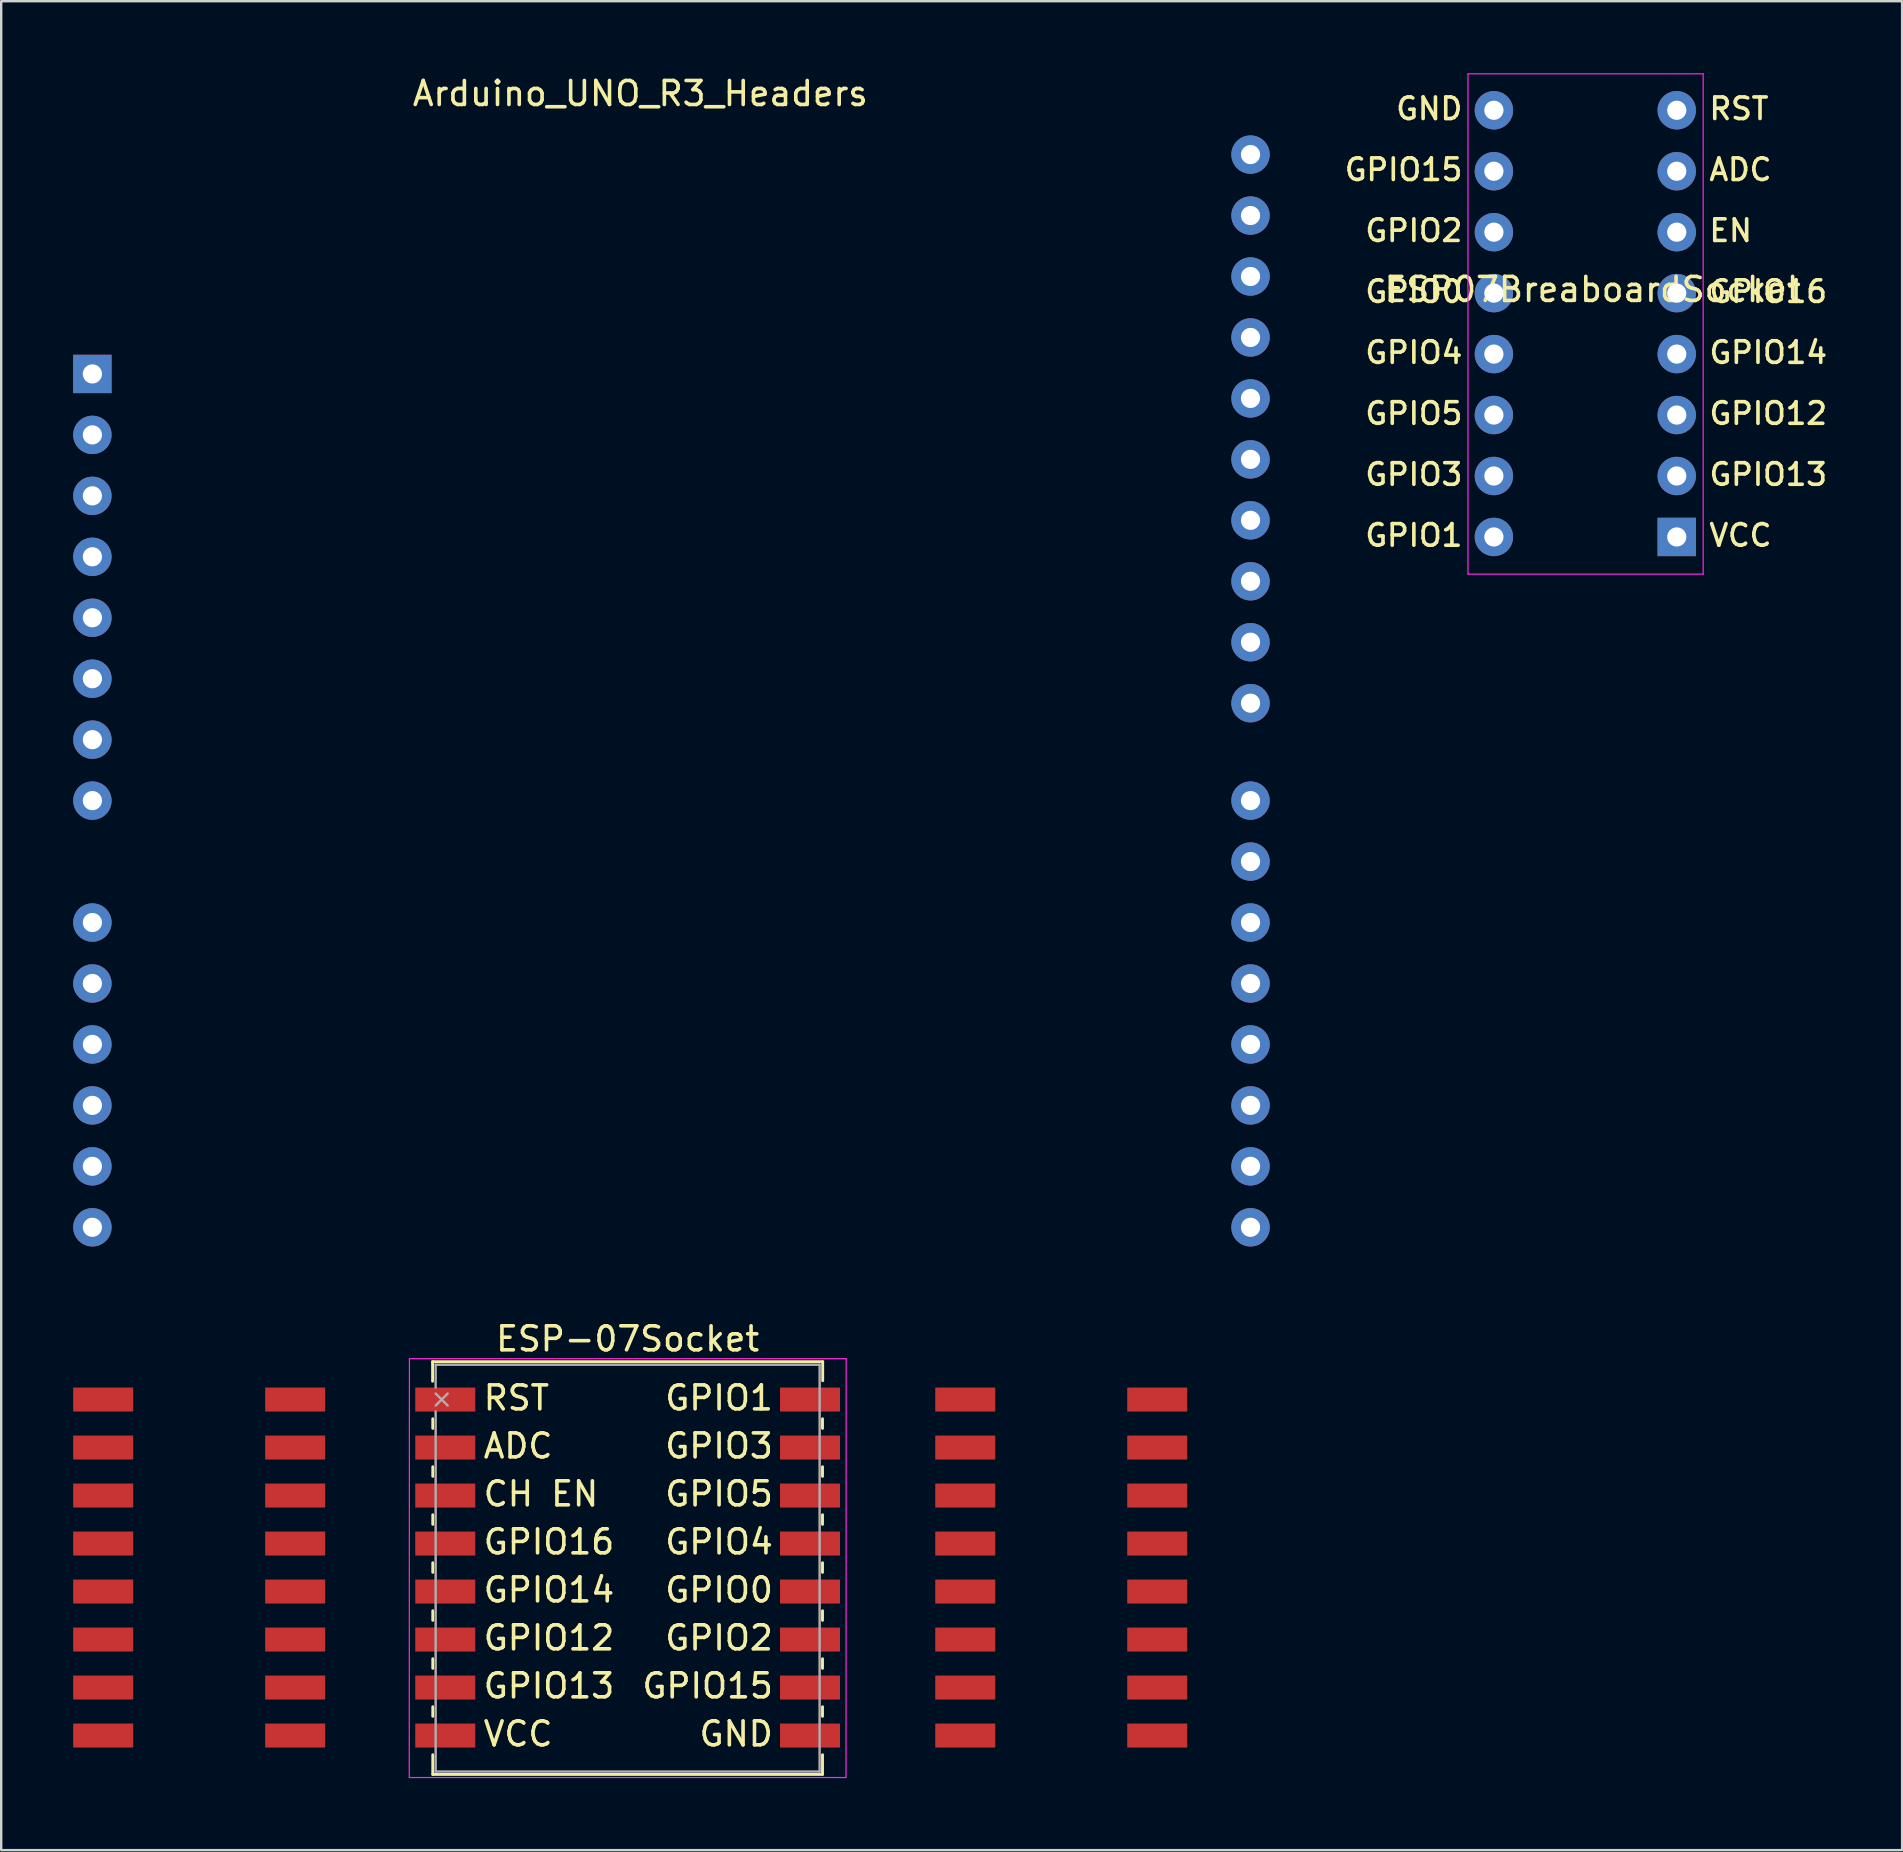
<source format=kicad_pcb>
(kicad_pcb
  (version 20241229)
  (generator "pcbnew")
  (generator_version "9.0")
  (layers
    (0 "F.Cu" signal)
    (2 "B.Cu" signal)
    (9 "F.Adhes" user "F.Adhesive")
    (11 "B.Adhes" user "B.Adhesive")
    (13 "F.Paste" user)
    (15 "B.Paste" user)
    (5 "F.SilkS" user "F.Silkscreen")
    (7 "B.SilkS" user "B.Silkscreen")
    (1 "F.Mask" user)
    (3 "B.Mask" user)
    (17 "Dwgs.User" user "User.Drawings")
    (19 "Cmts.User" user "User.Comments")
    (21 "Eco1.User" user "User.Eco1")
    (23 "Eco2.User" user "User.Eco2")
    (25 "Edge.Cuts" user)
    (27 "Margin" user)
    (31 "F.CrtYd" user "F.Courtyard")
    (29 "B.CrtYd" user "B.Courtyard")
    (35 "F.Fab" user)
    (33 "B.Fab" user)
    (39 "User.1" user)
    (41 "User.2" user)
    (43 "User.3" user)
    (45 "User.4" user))
  (footprint "ESP-07Socket"
    (layer "F.Cu")
    (at 23.104 60.17)
    (property "Reference" "ESP-07Socket" (at 0 -7.429 0) (layer "F.SilkS") (effects (font (size 1 1) (thickness 0.15))))
    (attr smd)
    (fp_line (start -8.128 -5.664) (end -8.128 -6.477) (stroke (width 0.12) (type solid)) (layer "F.SilkS"))
    (fp_line (start -8.12 -3.7) (end -8.12 -4.1) (stroke (width 0.12) (type solid)) (layer "F.SilkS"))
    (fp_line (start -8.12 -1.7) (end -8.12 -2.1) (stroke (width 0.12) (type solid)) (layer "F.SilkS"))
    (fp_line (start -8.12 0.3) (end -8.12 -0.1) (stroke (width 0.12) (type solid)) (layer "F.SilkS"))
    (fp_line (start -8.12 2.3) (end -8.12 1.9) (stroke (width 0.12) (type solid)) (layer "F.SilkS"))
    (fp_line (start -8.12 4.3) (end -8.12 3.9) (stroke (width 0.12) (type solid)) (layer "F.SilkS"))
    (fp_line (start -8.12 6.3) (end -8.12 5.9) (stroke (width 0.12) (type solid)) (layer "F.SilkS"))
    (fp_line (start -8.12 8.3) (end -8.12 7.9) (stroke (width 0.12) (type solid)) (layer "F.SilkS"))
    (fp_line (start -8.12 10.72) (end -8.12 9.9) (stroke (width 0.12) (type solid)) (layer "F.SilkS"))
    (fp_line (start 8.12 -3.7) (end 8.12 -4.1) (stroke (width 0.12) (type solid)) (layer "F.SilkS"))
    (fp_line (start 8.12 -1.7) (end 8.12 -2.1) (stroke (width 0.12) (type solid)) (layer "F.SilkS"))
    (fp_line (start 8.12 0.3) (end 8.12 -0.1) (stroke (width 0.12) (type solid)) (layer "F.SilkS"))
    (fp_line (start 8.12 2.3) (end 8.12 1.9) (stroke (width 0.12) (type solid)) (layer "F.SilkS"))
    (fp_line (start 8.12 4.3) (end 8.12 3.9) (stroke (width 0.12) (type solid)) (layer "F.SilkS"))
    (fp_line (start 8.12 6.3) (end 8.12 5.9) (stroke (width 0.12) (type solid)) (layer "F.SilkS"))
    (fp_line (start 8.12 8.3) (end 8.12 7.9) (stroke (width 0.12) (type solid)) (layer "F.SilkS"))
    (fp_line (start 8.12 9.9) (end 8.12 10.72) (stroke (width 0.12) (type solid)) (layer "F.SilkS"))
    (fp_line (start 8.12 10.72) (end -8.12 10.72) (stroke (width 0.12) (type solid)) (layer "F.SilkS"))
    (fp_line (start 8.128 -6.477) (end -8.128 -6.477) (stroke (width 0.12) (type solid)) (layer "F.SilkS"))
    (fp_line (start 8.128 -5.686) (end 8.128 -6.477) (stroke (width 0.12) (type solid)) (layer "F.SilkS"))
    (fp_line (start -9.1 10.85) (end -9.093 -6.604) (stroke (width 0.05) (type solid)) (layer "F.CrtYd"))
    (fp_line (start -9.093 -6.604) (end 9.107 -6.604) (stroke (width 0.05) (type solid)) (layer "F.CrtYd"))
    (fp_line (start 9.1 10.85) (end -9.1 10.85) (stroke (width 0.05) (type solid)) (layer "F.CrtYd"))
    (fp_line (start 9.107 -6.604) (end 9.1 10.85) (stroke (width 0.05) (type solid)) (layer "F.CrtYd"))
    (fp_line (start -8.001 -6.35) (end 7.999 -6.35) (stroke (width 0.1) (type solid)) (layer "F.Fab"))
    (fp_line (start -8 -5.4) (end -8.001 -6.35) (stroke (width 0.1) (type solid)) (layer "F.Fab"))
    (fp_line (start -8 -4.65) (end -7.5 -5.15) (stroke (width 0.1) (type solid)) (layer "F.Fab"))
    (fp_line (start -8 10.6) (end -8 -4.4) (stroke (width 0.1) (type solid)) (layer "F.Fab"))
    (fp_line (start -7.5 -4.65) (end -8 -5.15) (stroke (width 0.1) (type solid)) (layer "F.Fab"))
    (fp_line (start 8 10.6) (end -8 10.6) (stroke (width 0.1) (type solid)) (layer "F.Fab"))
    (fp_line (start 8.001 -6.35) (end 8 10.6) (stroke (width 0.1) (type solid)) (layer "F.Fab"))
    (fp_text user "GPIO1" (at 3.81 -4.968 0) (layer "F.SilkS") (effects (font (size 1 1) (thickness 0.15))))
    (fp_text user "GPIO0" (at 3.81 3.033 0) (layer "F.SilkS") (effects (font (size 1 1) (thickness 0.15))))
    (fp_text user "GPIO16" (at -3.278 1.032 0) (layer "F.SilkS") (effects (font (size 1 1) (thickness 0.15))))
    (fp_text user "CH EN" (at -3.612 -0.968 0) (layer "F.SilkS") (effects (font (size 1 1) (thickness 0.15))))
    (fp_text user "RST" (at -4.636 -4.968 0) (layer "F.SilkS") (effects (font (size 1 1) (thickness 0.15))))
    (fp_text user "GPIO5" (at 3.81 -0.968 0) (layer "F.SilkS") (effects (font (size 1 1) (thickness 0.15))))
    (fp_text user "GPIO4" (at 3.81 1.032 0) (layer "F.SilkS") (effects (font (size 1 1) (thickness 0.15))))
    (fp_text user "GPIO2" (at 3.81 5.032 0) (layer "F.SilkS") (effects (font (size 1 1) (thickness 0.15))))
    (fp_text user "GND" (at 4.524 9.033 0) (layer "F.SilkS") (effects (font (size 1 1) (thickness 0.15))))
    (fp_text user "VCC" (at -4.564 9.033 0) (layer "F.SilkS") (effects (font (size 1 1) (thickness 0.15))))
    (fp_text user "GPIO13" (at -3.278 7.032 0) (layer "F.SilkS") (effects (font (size 1 1) (thickness 0.15))))
    (fp_text user "GPIO14" (at -3.278 3.033 0) (layer "F.SilkS") (effects (font (size 1 1) (thickness 0.15))))
    (fp_text user "GPIO12" (at -3.278 5.032 0) (layer "F.SilkS") (effects (font (size 1 1) (thickness 0.15))))
    (fp_text user "ADC" (at -4.564 -2.967 0) (layer "F.SilkS") (effects (font (size 1 1) (thickness 0.15))))
    (fp_text user "GPIO15" (at 3.334 7.032 0) (layer "F.SilkS") (effects (font (size 1 1) (thickness 0.15))))
    (fp_text user "GPIO3" (at 3.81 -2.967 0) (layer "F.SilkS") (effects (font (size 1 1) (thickness 0.15))))
    (pad "1" smd rect (at -21.854 -4.9) (size 2.5 1) (layers "F.Cu" "F.Mask" "F.Paste"))
    (pad "1" smd rect (at -13.854 -4.9) (size 2.5 1) (layers "F.Cu" "F.Mask" "F.Paste"))
    (pad "1" smd rect (at -7.6 -4.9) (size 2.5 1) (layers "F.Cu" "F.Mask" "F.Paste"))
    (pad "2" smd rect (at -21.854 -2.9) (size 2.5 1) (layers "F.Cu" "F.Mask" "F.Paste"))
    (pad "2" smd rect (at -13.854 -2.9) (size 2.5 1) (layers "F.Cu" "F.Mask" "F.Paste"))
    (pad "2" smd rect (at -7.6 -2.9) (size 2.5 1) (layers "F.Cu" "F.Mask" "F.Paste"))
    (pad "3" smd rect (at -21.854 -0.9) (size 2.5 1) (layers "F.Cu" "F.Mask" "F.Paste"))
    (pad "3" smd rect (at -13.854 -0.9) (size 2.5 1) (layers "F.Cu" "F.Mask" "F.Paste"))
    (pad "3" smd rect (at -7.6 -0.9) (size 2.5 1) (layers "F.Cu" "F.Mask" "F.Paste"))
    (pad "4" smd rect (at -21.854 1.1) (size 2.5 1) (layers "F.Cu" "F.Mask" "F.Paste"))
    (pad "4" smd rect (at -13.854 1.1) (size 2.5 1) (layers "F.Cu" "F.Mask" "F.Paste"))
    (pad "4" smd rect (at -7.6 1.1) (size 2.5 1) (layers "F.Cu" "F.Mask" "F.Paste"))
    (pad "5" smd rect (at -21.854 3.1) (size 2.5 1) (layers "F.Cu" "F.Mask" "F.Paste"))
    (pad "5" smd rect (at -13.854 3.1) (size 2.5 1) (layers "F.Cu" "F.Mask" "F.Paste"))
    (pad "5" smd rect (at -7.6 3.1) (size 2.5 1) (layers "F.Cu" "F.Mask" "F.Paste"))
    (pad "6" smd rect (at -21.854 5.1) (size 2.5 1) (layers "F.Cu" "F.Mask" "F.Paste"))
    (pad "6" smd rect (at -13.854 5.1) (size 2.5 1) (layers "F.Cu" "F.Mask" "F.Paste"))
    (pad "6" smd rect (at -7.6 5.1) (size 2.5 1) (layers "F.Cu" "F.Mask" "F.Paste"))
    (pad "7" smd rect (at -21.854 7.1) (size 2.5 1) (layers "F.Cu" "F.Mask" "F.Paste"))
    (pad "7" smd rect (at -13.854 7.1) (size 2.5 1) (layers "F.Cu" "F.Mask" "F.Paste"))
    (pad "7" smd rect (at -7.6 7.1) (size 2.5 1) (layers "F.Cu" "F.Mask" "F.Paste"))
    (pad "8" smd rect (at -21.854 9.1) (size 2.5 1) (layers "F.Cu" "F.Mask" "F.Paste"))
    (pad "8" smd rect (at -13.854 9.1) (size 2.5 1) (layers "F.Cu" "F.Mask" "F.Paste"))
    (pad "8" smd rect (at -7.6 9.1) (size 2.5 1) (layers "F.Cu" "F.Mask" "F.Paste"))
    (pad "9" smd rect (at 7.6 9.1) (size 2.5 1) (layers "F.Cu" "F.Mask" "F.Paste"))
    (pad "9" smd rect (at 14.068 9.1) (size 2.5 1) (layers "F.Cu" "F.Mask" "F.Paste"))
    (pad "9" smd rect (at 22.068 9.1) (size 2.5 1) (layers "F.Cu" "F.Mask" "F.Paste"))
    (pad "10" smd rect (at 7.6 7.1) (size 2.5 1) (layers "F.Cu" "F.Mask" "F.Paste"))
    (pad "10" smd rect (at 14.068 7.1) (size 2.5 1) (layers "F.Cu" "F.Mask" "F.Paste"))
    (pad "10" smd rect (at 22.068 7.1) (size 2.5 1) (layers "F.Cu" "F.Mask" "F.Paste"))
    (pad "11" smd rect (at 7.6 5.1) (size 2.5 1) (layers "F.Cu" "F.Mask" "F.Paste"))
    (pad "11" smd rect (at 14.068 5.1) (size 2.5 1) (layers "F.Cu" "F.Mask" "F.Paste"))
    (pad "11" smd rect (at 22.068 5.1) (size 2.5 1) (layers "F.Cu" "F.Mask" "F.Paste"))
    (pad "12" smd rect (at 7.6 3.1) (size 2.5 1) (layers "F.Cu" "F.Mask" "F.Paste"))
    (pad "12" smd rect (at 14.068 3.1) (size 2.5 1) (layers "F.Cu" "F.Mask" "F.Paste"))
    (pad "12" smd rect (at 22.068 3.1) (size 2.5 1) (layers "F.Cu" "F.Mask" "F.Paste"))
    (pad "13" smd rect (at 7.6 1.1) (size 2.5 1) (layers "F.Cu" "F.Mask" "F.Paste"))
    (pad "13" smd rect (at 14.068 1.1) (size 2.5 1) (layers "F.Cu" "F.Mask" "F.Paste"))
    (pad "13" smd rect (at 22.068 1.1) (size 2.5 1) (layers "F.Cu" "F.Mask" "F.Paste"))
    (pad "14" smd rect (at 7.6 -0.9) (size 2.5 1) (layers "F.Cu" "F.Mask" "F.Paste"))
    (pad "14" smd rect (at 14.068 -0.9) (size 2.5 1) (layers "F.Cu" "F.Mask" "F.Paste"))
    (pad "14" smd rect (at 22.068 -0.9) (size 2.5 1) (layers "F.Cu" "F.Mask" "F.Paste"))
    (pad "15" smd rect (at 7.6 -2.9) (size 2.5 1) (layers "F.Cu" "F.Mask" "F.Paste"))
    (pad "15" smd rect (at 14.068 -2.9) (size 2.5 1) (layers "F.Cu" "F.Mask" "F.Paste"))
    (pad "15" smd rect (at 22.068 -2.9) (size 2.5 1) (layers "F.Cu" "F.Mask" "F.Paste"))
    (pad "16" smd rect (at 7.6 -4.9) (size 2.5 1) (layers "F.Cu" "F.Mask" "F.Paste"))
    (pad "16" smd rect (at 14.068 -4.9) (size 2.5 1) (layers "F.Cu" "F.Mask" "F.Paste"))
    (pad "16" smd rect (at 22.068 -4.9) (size 2.5 1) (layers "F.Cu" "F.Mask" "F.Paste")))
  (footprint "ESP07BreaboardSocket"
    (layer "F.Cu")
    (at 62.986 8.936)
    (property "Reference" "ESP07BreaboardSocket" (at 0.33 0.076 180) (layer "F.SilkS") (effects (font (size 1 1) (thickness 0.15))))
    (attr through_hole)
    (fp_line (start -4.865 -8.911) (end -4.865 11.939) (stroke (width 0.05) (type solid)) (layer "F.CrtYd"))
    (fp_line (start -4.865 11.939) (end 4.935 11.939) (stroke (width 0.05) (type solid)) (layer "F.CrtYd"))
    (fp_line (start 4.935 -8.911) (end -4.865 -8.911) (stroke (width 0.05) (type solid)) (layer "F.CrtYd"))
    (fp_line (start 4.935 11.939) (end 4.935 -8.911) (stroke (width 0.05) (type solid)) (layer "F.CrtYd"))
    (fp_text user "EN" (at 6.083 -2.376 0) (layer "F.SilkS") (effects (font (size 0.9 0.9) (thickness 0.15))))
    (fp_text user "GPIO14" (at 7.648 2.704 0) (layer "F.SilkS") (effects (font (size 0.9 0.9) (thickness 0.15))))
    (fp_text user "GPIO1" (at -7.12 10.324 0) (layer "F.SilkS") (effects (font (size 0.9 0.9) (thickness 0.15))))
    (fp_text user "VCC" (at 6.49 10.324 0) (layer "F.SilkS") (effects (font (size 0.9 0.9) (thickness 0.15))))
    (fp_text user "ADC" (at 6.49 -4.916 0) (layer "F.SilkS") (effects (font (size 0.9 0.9) (thickness 0.15))))
    (fp_text user "GND" (at -6.477 -7.456 0) (layer "F.SilkS") (effects (font (size 0.9 0.9) (thickness 0.15))))
    (fp_text user "RST" (at 6.426 -7.456 0) (layer "F.SilkS") (effects (font (size 0.9 0.9) (thickness 0.15))))
    (fp_text user "GPIO3" (at -7.12 7.784 0) (layer "F.SilkS") (effects (font (size 0.9 0.9) (thickness 0.15))))
    (fp_text user "GPIO5" (at -7.12 5.244 0) (layer "F.SilkS") (effects (font (size 0.9 0.9) (thickness 0.15))))
    (fp_text user "GPIO4" (at -7.12 2.704 0) (layer "F.SilkS") (effects (font (size 0.9 0.9) (thickness 0.15))))
    (fp_text user "GPIO16" (at 7.648 0.164 0) (layer "F.SilkS") (effects (font (size 0.9 0.9) (thickness 0.15))))
    (fp_text user "GPIO12" (at 7.648 5.244 0) (layer "F.SilkS") (effects (font (size 0.9 0.9) (thickness 0.15))))
    (fp_text user "GPIO13" (at 7.648 7.784 0) (layer "F.SilkS") (effects (font (size 0.9 0.9) (thickness 0.15))))
    (fp_text user "GPIO0" (at -7.12 0.164 0) (layer "F.SilkS") (effects (font (size 0.9 0.9) (thickness 0.15))))
    (fp_text user "GPIO2" (at -7.12 -2.376 0) (layer "F.SilkS") (effects (font (size 0.9 0.9) (thickness 0.15))))
    (fp_text user "GPIO15" (at -7.548 -4.916 0) (layer "F.SilkS") (effects (font (size 0.9 0.9) (thickness 0.15))))
    (pad "1" thru_hole oval (at 3.835 -7.391 180) (size 1.6 1.6) (drill 0.8) (layers "*.Cu" "*.Mask"))
    (pad "2" thru_hole oval (at 3.835 -4.851 180) (size 1.6 1.6) (drill 0.8) (layers "*.Cu" "*.Mask"))
    (pad "3" thru_hole oval (at 3.835 -2.311 180) (size 1.6 1.6) (drill 0.8) (layers "*.Cu" "*.Mask"))
    (pad "4" thru_hole oval (at 3.835 0.229 180) (size 1.6 1.6) (drill 0.8) (layers "*.Cu" "*.Mask"))
    (pad "5" thru_hole oval (at 3.835 2.769 180) (size 1.6 1.6) (drill 0.8) (layers "*.Cu" "*.Mask"))
    (pad "6" thru_hole oval (at 3.835 5.309 180) (size 1.6 1.6) (drill 0.8) (layers "*.Cu" "*.Mask"))
    (pad "7" thru_hole oval (at 3.835 7.849 180) (size 1.6 1.6) (drill 0.8) (layers "*.Cu" "*.Mask"))
    (pad "8" thru_hole rect (at 3.835 10.389 270) (size 1.6 1.6) (drill 0.8) (layers "*.Cu" "*.Mask"))
    (pad "9" thru_hole oval (at -3.785 -7.391 180) (size 1.6 1.6) (drill 0.8) (layers "*.Cu" "*.Mask"))
    (pad "10" thru_hole oval (at -3.785 -4.851 180) (size 1.6 1.6) (drill 0.8) (layers "*.Cu" "*.Mask"))
    (pad "11" thru_hole oval (at -3.785 -2.311 180) (size 1.6 1.6) (drill 0.8) (layers "*.Cu" "*.Mask"))
    (pad "12" thru_hole oval (at -3.785 0.229 180) (size 1.6 1.6) (drill 0.8) (layers "*.Cu" "*.Mask"))
    (pad "13" thru_hole oval (at -3.785 2.769 180) (size 1.6 1.6) (drill 0.8) (layers "*.Cu" "*.Mask"))
    (pad "14" thru_hole oval (at -3.785 5.309 180) (size 1.6 1.6) (drill 0.8) (layers "*.Cu" "*.Mask"))
    (pad "15" thru_hole oval (at -3.785 7.849 180) (size 1.6 1.6) (drill 0.8) (layers "*.Cu" "*.Mask"))
    (pad "16" thru_hole oval (at -3.785 10.389 180) (size 1.6 1.6) (drill 0.8) (layers "*.Cu" "*.Mask")))
  (footprint "Arduino_UNO_R3_Headers"
    (layer "F.Cu")
    (at 23.609 16.977)
    (property "Reference" "Arduino_UNO_R3_Headers" (at 0.025 -16.129 180) (layer "F.SilkS") (effects (font (size 1 1) (thickness 0.15))))
    (attr through_hole)
    (pad "1" thru_hole rect (at -22.809 -4.445) (size 1.6 1.6) (drill 0.8) (layers "*.Cu" "*.Mask"))
    (pad "2" thru_hole oval (at -22.809 -1.905) (size 1.6 1.6) (drill 0.8) (layers "*.Cu" "*.Mask"))
    (pad "3" thru_hole oval (at -22.809 0.635) (size 1.6 1.6) (drill 0.8) (layers "*.Cu" "*.Mask"))
    (pad "4" thru_hole oval (at -22.809 3.175) (size 1.6 1.6) (drill 0.8) (layers "*.Cu" "*.Mask"))
    (pad "5" thru_hole oval (at -22.809 5.715) (size 1.6 1.6) (drill 0.8) (layers "*.Cu" "*.Mask"))
    (pad "6" thru_hole oval (at -22.809 8.255) (size 1.6 1.6) (drill 0.8) (layers "*.Cu" "*.Mask"))
    (pad "7" thru_hole oval (at -22.809 10.795) (size 1.6 1.6) (drill 0.8) (layers "*.Cu" "*.Mask"))
    (pad "8" thru_hole oval (at -22.809 13.335) (size 1.6 1.6) (drill 0.8) (layers "*.Cu" "*.Mask"))
    (pad "9" thru_hole oval (at -22.809 18.415) (size 1.6 1.6) (drill 0.8) (layers "*.Cu" "*.Mask"))
    (pad "10" thru_hole oval (at -22.809 20.955) (size 1.6 1.6) (drill 0.8) (layers "*.Cu" "*.Mask"))
    (pad "11" thru_hole oval (at -22.809 23.495) (size 1.6 1.6) (drill 0.8) (layers "*.Cu" "*.Mask"))
    (pad "12" thru_hole oval (at -22.809 26.035) (size 1.6 1.6) (drill 0.8) (layers "*.Cu" "*.Mask"))
    (pad "13" thru_hole oval (at -22.809 28.575) (size 1.6 1.6) (drill 0.8) (layers "*.Cu" "*.Mask"))
    (pad "14" thru_hole oval (at -22.809 31.115) (size 1.6 1.6) (drill 0.8) (layers "*.Cu" "*.Mask"))
    (pad "15" thru_hole oval (at 25.451 31.115) (size 1.6 1.6) (drill 0.8) (layers "*.Cu" "*.Mask"))
    (pad "16" thru_hole oval (at 25.451 28.575) (size 1.6 1.6) (drill 0.8) (layers "*.Cu" "*.Mask"))
    (pad "17" thru_hole oval (at 25.451 26.035) (size 1.6 1.6) (drill 0.8) (layers "*.Cu" "*.Mask"))
    (pad "18" thru_hole oval (at 25.451 23.495) (size 1.6 1.6) (drill 0.8) (layers "*.Cu" "*.Mask"))
    (pad "19" thru_hole oval (at 25.451 20.955) (size 1.6 1.6) (drill 0.8) (layers "*.Cu" "*.Mask"))
    (pad "20" thru_hole oval (at 25.451 18.415) (size 1.6 1.6) (drill 0.8) (layers "*.Cu" "*.Mask"))
    (pad "21" thru_hole oval (at 25.451 15.875) (size 1.6 1.6) (drill 0.8) (layers "*.Cu" "*.Mask"))
    (pad "22" thru_hole oval (at 25.451 13.335) (size 1.6 1.6) (drill 0.8) (layers "*.Cu" "*.Mask"))
    (pad "23" thru_hole oval (at 25.451 9.275) (size 1.6 1.6) (drill 0.8) (layers "*.Cu" "*.Mask"))
    (pad "24" thru_hole oval (at 25.451 6.735) (size 1.6 1.6) (drill 0.8) (layers "*.Cu" "*.Mask"))
    (pad "25" thru_hole oval (at 25.451 4.195) (size 1.6 1.6) (drill 0.8) (layers "*.Cu" "*.Mask"))
    (pad "26" thru_hole oval (at 25.451 1.655) (size 1.6 1.6) (drill 0.8) (layers "*.Cu" "*.Mask"))
    (pad "27" thru_hole oval (at 25.451 -0.885) (size 1.6 1.6) (drill 0.8) (layers "*.Cu" "*.Mask"))
    (pad "28" thru_hole oval (at 25.451 -3.425) (size 1.6 1.6) (drill 0.8) (layers "*.Cu" "*.Mask"))
    (pad "29" thru_hole oval (at 25.451 -5.965) (size 1.6 1.6) (drill 0.8) (layers "*.Cu" "*.Mask"))
    (pad "30" thru_hole oval (at 25.451 -8.505) (size 1.6 1.6) (drill 0.8) (layers "*.Cu" "*.Mask"))
    (pad "31" thru_hole oval (at 25.451 -11.045) (size 1.6 1.6) (drill 0.8) (layers "*.Cu" "*.Mask"))
    (pad "32" thru_hole oval (at 25.451 -13.585) (size 1.6 1.6) (drill 0.8) (layers "*.Cu" "*.Mask")))
  (gr_rect
    (start -3 -3)
    (end 76.212 74.045)
    (stroke (width 0.1) (type default))
    (fill no)
    (layer "Edge.Cuts")))
</source>
